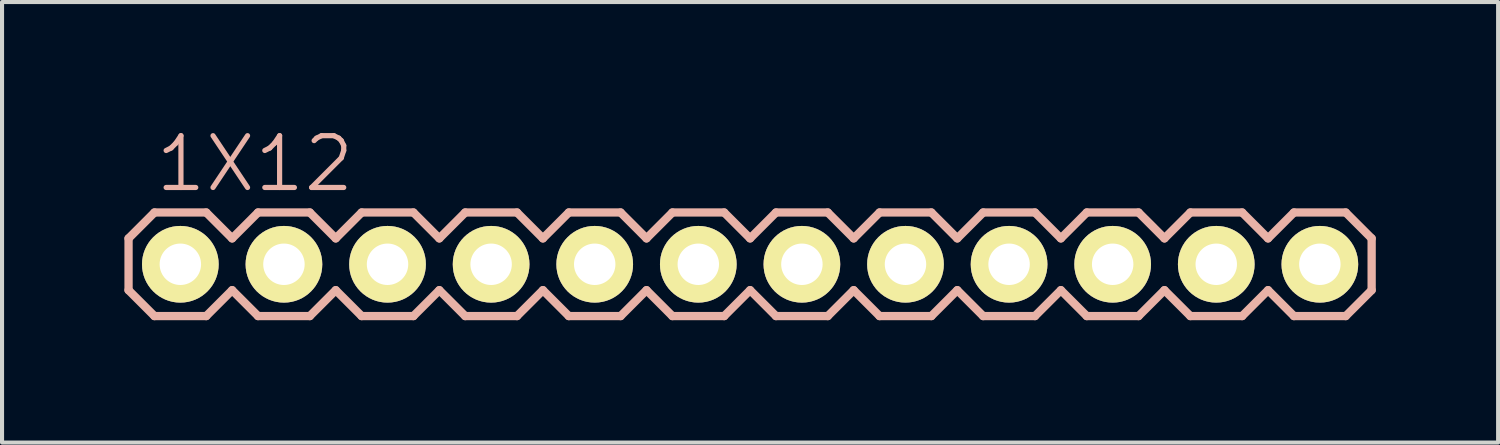
<source format=kicad_pcb>
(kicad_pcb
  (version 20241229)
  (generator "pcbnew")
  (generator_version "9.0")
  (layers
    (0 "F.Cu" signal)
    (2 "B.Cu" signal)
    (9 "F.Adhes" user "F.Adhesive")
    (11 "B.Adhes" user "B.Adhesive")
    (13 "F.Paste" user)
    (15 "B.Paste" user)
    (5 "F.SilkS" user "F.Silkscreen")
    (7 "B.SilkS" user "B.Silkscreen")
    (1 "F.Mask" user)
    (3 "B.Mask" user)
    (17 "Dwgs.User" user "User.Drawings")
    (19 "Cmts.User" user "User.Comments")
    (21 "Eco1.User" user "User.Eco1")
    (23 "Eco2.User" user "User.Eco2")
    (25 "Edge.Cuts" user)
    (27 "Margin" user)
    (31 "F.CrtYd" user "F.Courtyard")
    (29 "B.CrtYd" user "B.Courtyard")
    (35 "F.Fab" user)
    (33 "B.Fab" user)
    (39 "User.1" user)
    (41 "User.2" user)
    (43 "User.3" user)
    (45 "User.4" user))
  (footprint "1X12"
    (layer "F.Cu")
    (at 1.372 3.43)
    (property "Reference" "1X12" (at 1.829 -2.464 0) (layer "B.SilkS") (effects (font (size 1.27 1.27) (thickness 0.127))))
    (attr exclude_from_pos_files exclude_from_bom)
    (fp_line (start -0.254 -0.254) (end 0.254 -0.254) (stroke (width 0.066) (type solid)) (layer "F.SilkS"))
    (fp_line (start -0.254 0.254) (end -0.254 -0.254) (stroke (width 0.066) (type solid)) (layer "F.SilkS"))
    (fp_line (start -0.254 0.254) (end 0.254 0.254) (stroke (width 0.066) (type solid)) (layer "F.SilkS"))
    (fp_line (start 0.254 0.254) (end 0.254 -0.254) (stroke (width 0.066) (type solid)) (layer "F.SilkS"))
    (fp_line (start 2.286 -0.254) (end 2.794 -0.254) (stroke (width 0.066) (type solid)) (layer "F.SilkS"))
    (fp_line (start 2.286 0.254) (end 2.286 -0.254) (stroke (width 0.066) (type solid)) (layer "F.SilkS"))
    (fp_line (start 2.286 0.254) (end 2.794 0.254) (stroke (width 0.066) (type solid)) (layer "F.SilkS"))
    (fp_line (start 2.794 0.254) (end 2.794 -0.254) (stroke (width 0.066) (type solid)) (layer "F.SilkS"))
    (fp_line (start 4.826 -0.254) (end 5.334 -0.254) (stroke (width 0.066) (type solid)) (layer "F.SilkS"))
    (fp_line (start 4.826 0.254) (end 4.826 -0.254) (stroke (width 0.066) (type solid)) (layer "F.SilkS"))
    (fp_line (start 4.826 0.254) (end 5.334 0.254) (stroke (width 0.066) (type solid)) (layer "F.SilkS"))
    (fp_line (start 5.334 0.254) (end 5.334 -0.254) (stroke (width 0.066) (type solid)) (layer "F.SilkS"))
    (fp_line (start 7.366 -0.254) (end 7.874 -0.254) (stroke (width 0.066) (type solid)) (layer "F.SilkS"))
    (fp_line (start 7.366 0.254) (end 7.366 -0.254) (stroke (width 0.066) (type solid)) (layer "F.SilkS"))
    (fp_line (start 7.366 0.254) (end 7.874 0.254) (stroke (width 0.066) (type solid)) (layer "F.SilkS"))
    (fp_line (start 7.874 0.254) (end 7.874 -0.254) (stroke (width 0.066) (type solid)) (layer "F.SilkS"))
    (fp_line (start 9.906 -0.254) (end 10.414 -0.254) (stroke (width 0.066) (type solid)) (layer "F.SilkS"))
    (fp_line (start 9.906 0.254) (end 9.906 -0.254) (stroke (width 0.066) (type solid)) (layer "F.SilkS"))
    (fp_line (start 9.906 0.254) (end 10.414 0.254) (stroke (width 0.066) (type solid)) (layer "F.SilkS"))
    (fp_line (start 10.414 0.254) (end 10.414 -0.254) (stroke (width 0.066) (type solid)) (layer "F.SilkS"))
    (fp_line (start 12.446 -0.254) (end 12.954 -0.254) (stroke (width 0.066) (type solid)) (layer "F.SilkS"))
    (fp_line (start 12.446 0.254) (end 12.446 -0.254) (stroke (width 0.066) (type solid)) (layer "F.SilkS"))
    (fp_line (start 12.446 0.254) (end 12.954 0.254) (stroke (width 0.066) (type solid)) (layer "F.SilkS"))
    (fp_line (start 12.954 0.254) (end 12.954 -0.254) (stroke (width 0.066) (type solid)) (layer "F.SilkS"))
    (fp_line (start 14.986 -0.254) (end 15.494 -0.254) (stroke (width 0.066) (type solid)) (layer "F.SilkS"))
    (fp_line (start 14.986 0.254) (end 14.986 -0.254) (stroke (width 0.066) (type solid)) (layer "F.SilkS"))
    (fp_line (start 14.986 0.254) (end 15.494 0.254) (stroke (width 0.066) (type solid)) (layer "F.SilkS"))
    (fp_line (start 15.494 0.254) (end 15.494 -0.254) (stroke (width 0.066) (type solid)) (layer "F.SilkS"))
    (fp_line (start 17.523 -0.254) (end 18.034 -0.254) (stroke (width 0.066) (type solid)) (layer "F.SilkS"))
    (fp_line (start 17.523 0.254) (end 17.523 -0.254) (stroke (width 0.066) (type solid)) (layer "F.SilkS"))
    (fp_line (start 17.523 0.254) (end 18.034 0.254) (stroke (width 0.066) (type solid)) (layer "F.SilkS"))
    (fp_line (start 18.034 0.254) (end 18.034 -0.254) (stroke (width 0.066) (type solid)) (layer "F.SilkS"))
    (fp_line (start 20.066 -0.254) (end 20.574 -0.254) (stroke (width 0.066) (type solid)) (layer "F.SilkS"))
    (fp_line (start 20.066 0.254) (end 20.066 -0.254) (stroke (width 0.066) (type solid)) (layer "F.SilkS"))
    (fp_line (start 20.066 0.254) (end 20.574 0.254) (stroke (width 0.066) (type solid)) (layer "F.SilkS"))
    (fp_line (start 20.574 0.254) (end 20.574 -0.254) (stroke (width 0.066) (type solid)) (layer "F.SilkS"))
    (fp_line (start 22.606 -0.254) (end 23.114 -0.254) (stroke (width 0.066) (type solid)) (layer "F.SilkS"))
    (fp_line (start 22.606 0.254) (end 22.606 -0.254) (stroke (width 0.066) (type solid)) (layer "F.SilkS"))
    (fp_line (start 22.606 0.254) (end 23.114 0.254) (stroke (width 0.066) (type solid)) (layer "F.SilkS"))
    (fp_line (start 23.114 0.254) (end 23.114 -0.254) (stroke (width 0.066) (type solid)) (layer "F.SilkS"))
    (fp_line (start 25.146 -0.254) (end 25.654 -0.254) (stroke (width 0.066) (type solid)) (layer "F.SilkS"))
    (fp_line (start 25.146 0.254) (end 25.146 -0.254) (stroke (width 0.066) (type solid)) (layer "F.SilkS"))
    (fp_line (start 25.146 0.254) (end 25.654 0.254) (stroke (width 0.066) (type solid)) (layer "F.SilkS"))
    (fp_line (start 25.654 0.254) (end 25.654 -0.254) (stroke (width 0.066) (type solid)) (layer "F.SilkS"))
    (fp_line (start 27.686 -0.254) (end 28.194 -0.254) (stroke (width 0.066) (type solid)) (layer "F.SilkS"))
    (fp_line (start 27.686 0.254) (end 27.686 -0.254) (stroke (width 0.066) (type solid)) (layer "F.SilkS"))
    (fp_line (start 27.686 0.254) (end 28.194 0.254) (stroke (width 0.066) (type solid)) (layer "F.SilkS"))
    (fp_line (start 28.194 0.254) (end 28.194 -0.254) (stroke (width 0.066) (type solid)) (layer "F.SilkS"))
    (fp_line (start -1.27 -0.635) (end -1.27 0.635) (stroke (width 0.203) (type solid)) (layer "B.SilkS"))
    (fp_line (start -1.27 0.635) (end -0.635 1.27) (stroke (width 0.203) (type solid)) (layer "B.SilkS"))
    (fp_line (start -0.635 -1.27) (end -1.27 -0.635) (stroke (width 0.203) (type solid)) (layer "B.SilkS"))
    (fp_line (start -0.635 -1.27) (end 0.635 -1.27) (stroke (width 0.203) (type solid)) (layer "B.SilkS"))
    (fp_line (start 0.635 -1.27) (end 1.27 -0.635) (stroke (width 0.203) (type solid)) (layer "B.SilkS"))
    (fp_line (start 0.635 1.27) (end -0.635 1.27) (stroke (width 0.203) (type solid)) (layer "B.SilkS"))
    (fp_line (start 1.27 -0.635) (end 1.905 -1.27) (stroke (width 0.203) (type solid)) (layer "B.SilkS"))
    (fp_line (start 1.27 0.635) (end 0.635 1.27) (stroke (width 0.203) (type solid)) (layer "B.SilkS"))
    (fp_line (start 1.905 -1.27) (end 3.175 -1.27) (stroke (width 0.203) (type solid)) (layer "B.SilkS"))
    (fp_line (start 1.905 1.27) (end 1.27 0.635) (stroke (width 0.203) (type solid)) (layer "B.SilkS"))
    (fp_line (start 3.175 -1.27) (end 3.81 -0.635) (stroke (width 0.203) (type solid)) (layer "B.SilkS"))
    (fp_line (start 3.175 1.27) (end 1.905 1.27) (stroke (width 0.203) (type solid)) (layer "B.SilkS"))
    (fp_line (start 3.81 -0.635) (end 4.445 -1.27) (stroke (width 0.203) (type solid)) (layer "B.SilkS"))
    (fp_line (start 3.81 0.635) (end 3.175 1.27) (stroke (width 0.203) (type solid)) (layer "B.SilkS"))
    (fp_line (start 4.445 -1.27) (end 5.715 -1.27) (stroke (width 0.203) (type solid)) (layer "B.SilkS"))
    (fp_line (start 4.445 1.27) (end 3.81 0.635) (stroke (width 0.203) (type solid)) (layer "B.SilkS"))
    (fp_line (start 5.715 -1.27) (end 6.35 -0.635) (stroke (width 0.203) (type solid)) (layer "B.SilkS"))
    (fp_line (start 5.715 1.27) (end 4.445 1.27) (stroke (width 0.203) (type solid)) (layer "B.SilkS"))
    (fp_line (start 6.35 0.635) (end 5.715 1.27) (stroke (width 0.203) (type solid)) (layer "B.SilkS"))
    (fp_line (start 6.35 0.635) (end 6.985 1.27) (stroke (width 0.203) (type solid)) (layer "B.SilkS"))
    (fp_line (start 6.985 -1.27) (end 6.35 -0.635) (stroke (width 0.203) (type solid)) (layer "B.SilkS"))
    (fp_line (start 6.985 -1.27) (end 8.255 -1.27) (stroke (width 0.203) (type solid)) (layer "B.SilkS"))
    (fp_line (start 8.255 -1.27) (end 8.89 -0.635) (stroke (width 0.203) (type solid)) (layer "B.SilkS"))
    (fp_line (start 8.255 1.27) (end 6.985 1.27) (stroke (width 0.203) (type solid)) (layer "B.SilkS"))
    (fp_line (start 8.89 -0.635) (end 9.525 -1.27) (stroke (width 0.203) (type solid)) (layer "B.SilkS"))
    (fp_line (start 8.89 0.635) (end 8.255 1.27) (stroke (width 0.203) (type solid)) (layer "B.SilkS"))
    (fp_line (start 9.525 -1.27) (end 10.795 -1.27) (stroke (width 0.203) (type solid)) (layer "B.SilkS"))
    (fp_line (start 9.525 1.27) (end 8.89 0.635) (stroke (width 0.203) (type solid)) (layer "B.SilkS"))
    (fp_line (start 10.795 -1.27) (end 11.43 -0.635) (stroke (width 0.203) (type solid)) (layer "B.SilkS"))
    (fp_line (start 10.795 1.27) (end 9.525 1.27) (stroke (width 0.203) (type solid)) (layer "B.SilkS"))
    (fp_line (start 11.43 -0.635) (end 12.065 -1.27) (stroke (width 0.203) (type solid)) (layer "B.SilkS"))
    (fp_line (start 11.43 0.635) (end 10.795 1.27) (stroke (width 0.203) (type solid)) (layer "B.SilkS"))
    (fp_line (start 12.065 -1.27) (end 13.335 -1.27) (stroke (width 0.203) (type solid)) (layer "B.SilkS"))
    (fp_line (start 12.065 1.27) (end 11.43 0.635) (stroke (width 0.203) (type solid)) (layer "B.SilkS"))
    (fp_line (start 13.335 -1.27) (end 13.97 -0.635) (stroke (width 0.203) (type solid)) (layer "B.SilkS"))
    (fp_line (start 13.335 1.27) (end 12.065 1.27) (stroke (width 0.203) (type solid)) (layer "B.SilkS"))
    (fp_line (start 13.97 0.635) (end 13.335 1.27) (stroke (width 0.203) (type solid)) (layer "B.SilkS"))
    (fp_line (start 13.97 0.635) (end 14.605 1.27) (stroke (width 0.203) (type solid)) (layer "B.SilkS"))
    (fp_line (start 14.605 -1.27) (end 13.97 -0.635) (stroke (width 0.203) (type solid)) (layer "B.SilkS"))
    (fp_line (start 14.605 -1.27) (end 15.875 -1.27) (stroke (width 0.203) (type solid)) (layer "B.SilkS"))
    (fp_line (start 15.875 -1.27) (end 16.51 -0.635) (stroke (width 0.203) (type solid)) (layer "B.SilkS"))
    (fp_line (start 15.875 1.27) (end 14.605 1.27) (stroke (width 0.203) (type solid)) (layer "B.SilkS"))
    (fp_line (start 16.51 0.635) (end 15.875 1.27) (stroke (width 0.203) (type solid)) (layer "B.SilkS"))
    (fp_line (start 16.51 0.635) (end 17.145 1.27) (stroke (width 0.203) (type solid)) (layer "B.SilkS"))
    (fp_line (start 17.145 -1.27) (end 16.51 -0.635) (stroke (width 0.203) (type solid)) (layer "B.SilkS"))
    (fp_line (start 17.145 -1.27) (end 18.415 -1.27) (stroke (width 0.203) (type solid)) (layer "B.SilkS"))
    (fp_line (start 18.415 -1.27) (end 19.05 -0.635) (stroke (width 0.203) (type solid)) (layer "B.SilkS"))
    (fp_line (start 18.415 1.27) (end 17.145 1.27) (stroke (width 0.203) (type solid)) (layer "B.SilkS"))
    (fp_line (start 19.05 0.635) (end 18.415 1.27) (stroke (width 0.203) (type solid)) (layer "B.SilkS"))
    (fp_line (start 19.05 0.635) (end 19.685 1.27) (stroke (width 0.203) (type solid)) (layer "B.SilkS"))
    (fp_line (start 19.685 -1.27) (end 19.05 -0.635) (stroke (width 0.203) (type solid)) (layer "B.SilkS"))
    (fp_line (start 19.685 -1.27) (end 20.955 -1.27) (stroke (width 0.203) (type solid)) (layer "B.SilkS"))
    (fp_line (start 20.955 -1.27) (end 21.59 -0.635) (stroke (width 0.203) (type solid)) (layer "B.SilkS"))
    (fp_line (start 20.955 1.27) (end 19.685 1.27) (stroke (width 0.203) (type solid)) (layer "B.SilkS"))
    (fp_line (start 21.59 0.635) (end 20.955 1.27) (stroke (width 0.203) (type solid)) (layer "B.SilkS"))
    (fp_line (start 21.59 0.635) (end 22.225 1.27) (stroke (width 0.203) (type solid)) (layer "B.SilkS"))
    (fp_line (start 22.225 -1.27) (end 21.59 -0.635) (stroke (width 0.203) (type solid)) (layer "B.SilkS"))
    (fp_line (start 22.225 -1.27) (end 23.495 -1.27) (stroke (width 0.203) (type solid)) (layer "B.SilkS"))
    (fp_line (start 23.495 -1.27) (end 24.13 -0.635) (stroke (width 0.203) (type solid)) (layer "B.SilkS"))
    (fp_line (start 23.495 1.27) (end 22.225 1.27) (stroke (width 0.203) (type solid)) (layer "B.SilkS"))
    (fp_line (start 24.13 0.635) (end 23.495 1.27) (stroke (width 0.203) (type solid)) (layer "B.SilkS"))
    (fp_line (start 24.13 0.635) (end 24.765 1.27) (stroke (width 0.203) (type solid)) (layer "B.SilkS"))
    (fp_line (start 24.765 -1.27) (end 24.13 -0.635) (stroke (width 0.203) (type solid)) (layer "B.SilkS"))
    (fp_line (start 24.765 -1.27) (end 26.035 -1.27) (stroke (width 0.203) (type solid)) (layer "B.SilkS"))
    (fp_line (start 26.035 -1.27) (end 26.67 -0.635) (stroke (width 0.203) (type solid)) (layer "B.SilkS"))
    (fp_line (start 26.035 1.27) (end 24.765 1.27) (stroke (width 0.203) (type solid)) (layer "B.SilkS"))
    (fp_line (start 26.67 0.635) (end 26.035 1.27) (stroke (width 0.203) (type solid)) (layer "B.SilkS"))
    (fp_line (start 26.67 0.635) (end 27.305 1.27) (stroke (width 0.203) (type solid)) (layer "B.SilkS"))
    (fp_line (start 27.305 -1.27) (end 26.67 -0.635) (stroke (width 0.203) (type solid)) (layer "B.SilkS"))
    (fp_line (start 27.305 -1.27) (end 28.575 -1.27) (stroke (width 0.203) (type solid)) (layer "B.SilkS"))
    (fp_line (start 28.575 -1.27) (end 29.21 -0.635) (stroke (width 0.203) (type solid)) (layer "B.SilkS"))
    (fp_line (start 28.575 1.27) (end 27.305 1.27) (stroke (width 0.203) (type solid)) (layer "B.SilkS"))
    (fp_line (start 29.21 -0.635) (end 29.21 0.635) (stroke (width 0.203) (type solid)) (layer "B.SilkS"))
    (fp_line (start 29.21 0.635) (end 28.575 1.27) (stroke (width 0.203) (type solid)) (layer "B.SilkS"))
    (pad "1" thru_hole circle (at 0 0) (size 1.88 1.88) (drill 1.016) (layers "*.Cu" "F.Mask" "F.SilkS" "F.Paste"))
    (pad "2" thru_hole circle (at 2.54 0) (size 1.88 1.88) (drill 1.016) (layers "*.Cu" "F.Mask" "F.SilkS" "F.Paste"))
    (pad "3" thru_hole circle (at 5.08 0) (size 1.88 1.88) (drill 1.016) (layers "*.Cu" "F.Mask" "F.SilkS" "F.Paste"))
    (pad "4" thru_hole circle (at 7.62 0) (size 1.88 1.88) (drill 1.016) (layers "*.Cu" "F.Mask" "F.SilkS" "F.Paste"))
    (pad "5" thru_hole circle (at 10.16 0) (size 1.88 1.88) (drill 1.016) (layers "*.Cu" "F.Mask" "F.SilkS" "F.Paste"))
    (pad "6" thru_hole circle (at 12.7 0) (size 1.88 1.88) (drill 1.016) (layers "*.Cu" "F.Mask" "F.SilkS" "F.Paste"))
    (pad "7" thru_hole circle (at 15.24 0) (size 1.88 1.88) (drill 1.016) (layers "*.Cu" "F.Mask" "F.SilkS" "F.Paste"))
    (pad "8" thru_hole circle (at 17.78 0) (size 1.88 1.88) (drill 1.016) (layers "*.Cu" "F.Mask" "F.SilkS" "F.Paste"))
    (pad "9" thru_hole circle (at 20.32 0) (size 1.88 1.88) (drill 1.016) (layers "*.Cu" "F.Mask" "F.SilkS" "F.Paste"))
    (pad "10" thru_hole circle (at 22.86 0) (size 1.88 1.88) (drill 1.016) (layers "*.Cu" "F.Mask" "F.SilkS" "F.Paste"))
    (pad "11" thru_hole circle (at 25.4 0) (size 1.88 1.88) (drill 1.016) (layers "*.Cu" "F.Mask" "F.SilkS" "F.Paste"))
    (pad "12" thru_hole circle (at 27.94 0) (size 1.88 1.88) (drill 1.016) (layers "*.Cu" "F.Mask" "F.SilkS" "F.Paste")))
  (gr_rect
    (start -3 -3)
    (end 33.683 7.801)
    (stroke (width 0.1) (type default))
    (fill no)
    (layer "Edge.Cuts")))
</source>
